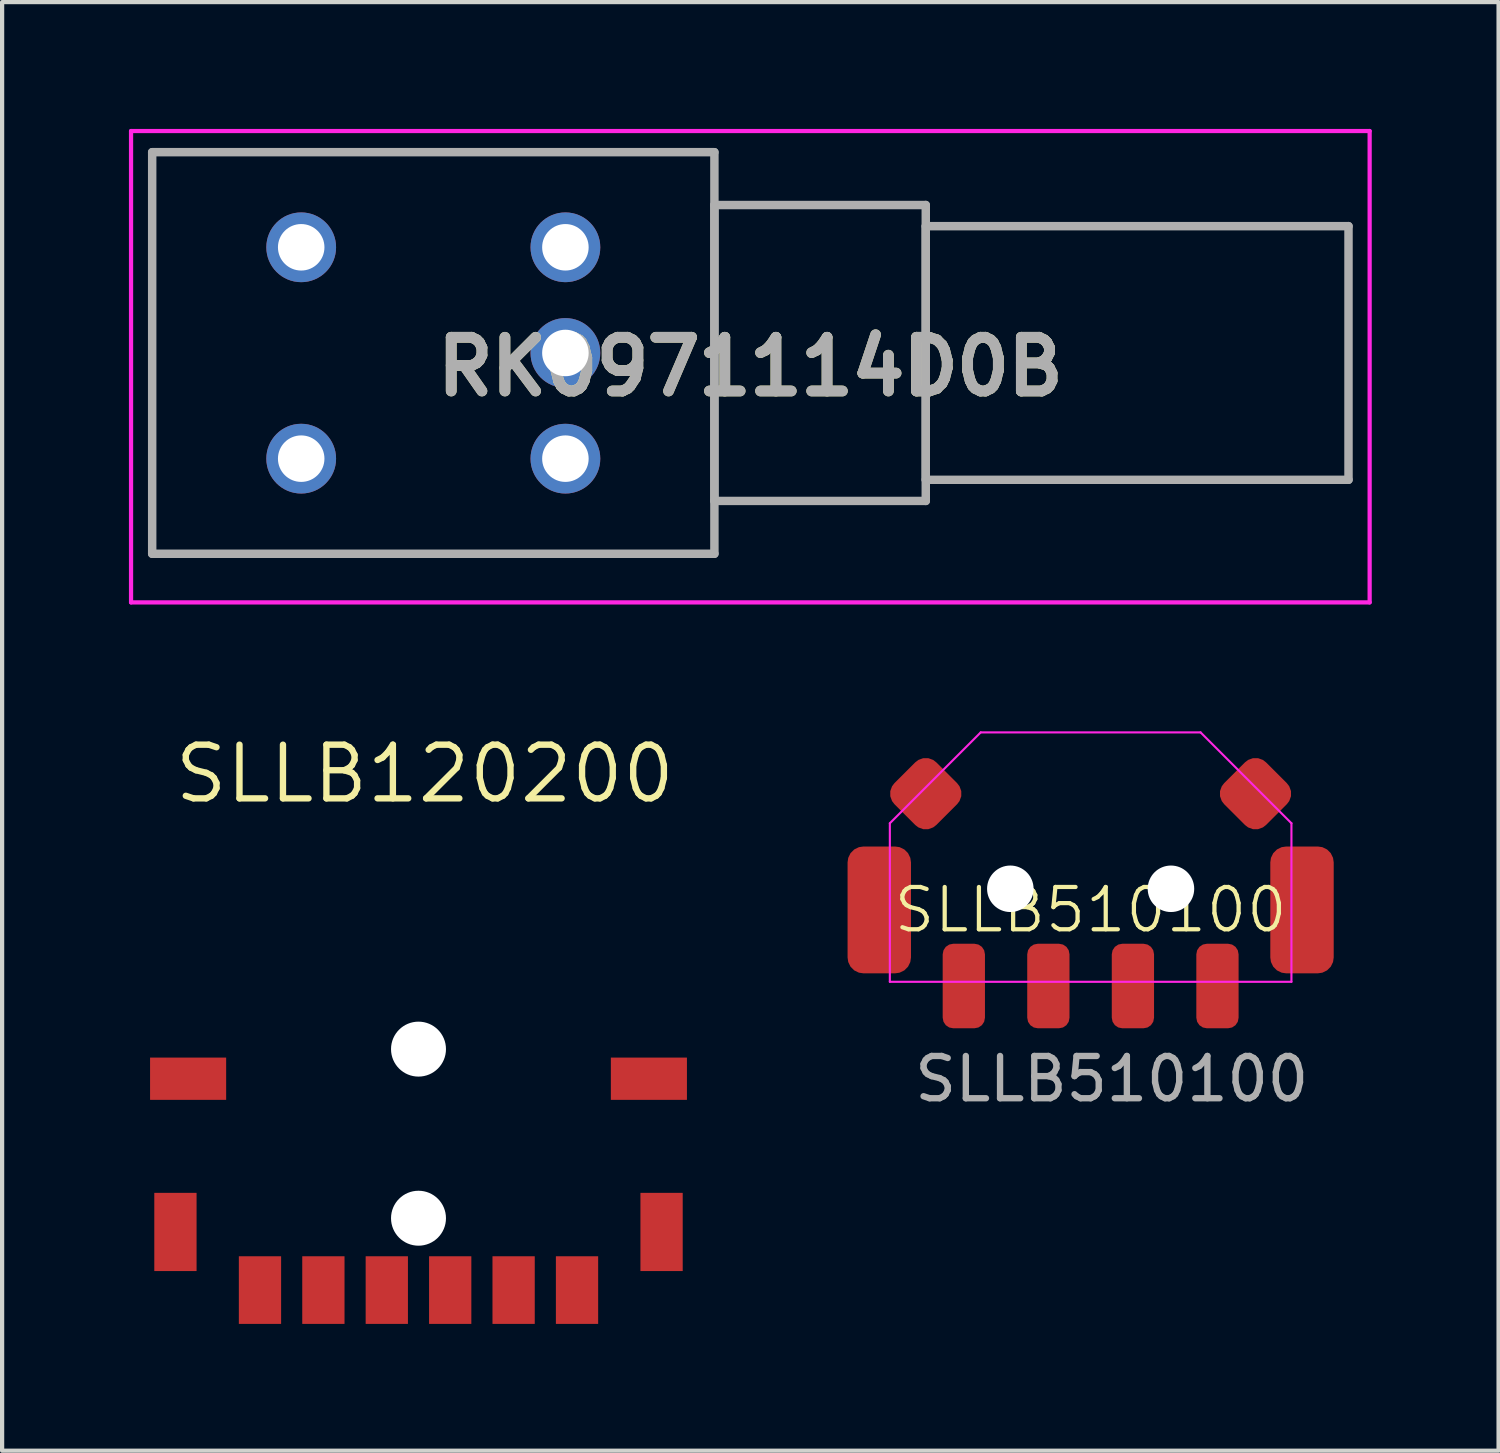
<source format=kicad_pcb>
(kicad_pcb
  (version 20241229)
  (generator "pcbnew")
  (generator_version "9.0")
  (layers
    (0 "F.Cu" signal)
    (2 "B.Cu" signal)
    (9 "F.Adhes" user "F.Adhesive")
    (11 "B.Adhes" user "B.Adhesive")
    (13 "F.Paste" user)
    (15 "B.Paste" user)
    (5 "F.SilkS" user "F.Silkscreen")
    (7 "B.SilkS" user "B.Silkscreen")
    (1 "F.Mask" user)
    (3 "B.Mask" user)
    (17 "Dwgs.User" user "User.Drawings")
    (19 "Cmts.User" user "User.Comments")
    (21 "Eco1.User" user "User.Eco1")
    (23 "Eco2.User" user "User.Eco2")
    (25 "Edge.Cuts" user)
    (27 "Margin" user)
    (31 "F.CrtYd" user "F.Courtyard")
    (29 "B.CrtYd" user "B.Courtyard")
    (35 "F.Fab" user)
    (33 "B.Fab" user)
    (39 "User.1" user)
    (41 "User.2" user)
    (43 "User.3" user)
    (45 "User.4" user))
  (footprint "SLLB510100"
    (layer "F.Cu")
    (at 22.75 18.975)
    (property "Reference" "SLLB510100" (at 0 -0.5 0) (unlocked yes) (layer "F.SilkS") (effects (font (size 1 1) (thickness 0.1))))
    (attr smd)
    (fp_line (start -4.75 -2.55) (end -2.6 -4.7) (stroke (width 0.05) (type default)) (layer "F.CrtYd"))
    (fp_line (start -4.75 1.2) (end -4.75 -2.55) (stroke (width 0.05) (type default)) (layer "F.CrtYd"))
    (fp_line (start -4.75 1.2) (end 4.75 1.2) (stroke (width 0.05) (type default)) (layer "F.CrtYd"))
    (fp_line (start 2.6 -4.7) (end -2.6 -4.7) (stroke (width 0.05) (type default)) (layer "F.CrtYd"))
    (fp_line (start 4.75 -2.55) (end 2.6 -4.7) (stroke (width 0.05) (type default)) (layer "F.CrtYd"))
    (fp_line (start 4.75 1.2) (end 4.75 -2.55) (stroke (width 0.05) (type default)) (layer "F.CrtYd"))
    (fp_text user "${REFERENCE}" (at 0.5 3.5 0) (unlocked yes) (layer "F.Fab") (effects (font (size 1 1) (thickness 0.15))))
    (pad "" np_thru_hole circle (at -1.9 -1) (size 1.1 1.1) (drill 1.1) (layers "*.Cu" "*.Mask"))
    (pad "" np_thru_hole circle (at 1.9 -1) (size 1.1 1.1) (drill 1.1) (layers "*.Cu" "*.Mask"))
    (pad "A" smd roundrect (at -3 1.3) (size 1 2) (layers "F.Cu" "F.Mask" "F.Paste") (roundrect_rratio 0.25))
    (pad "B" smd roundrect (at 3 1.3) (size 1 2) (layers "F.Cu" "F.Mask" "F.Paste") (roundrect_rratio 0.25))
    (pad "C" smd roundrect (at -1 1.3) (size 1 2) (layers "F.Cu" "F.Mask" "F.Paste") (roundrect_rratio 0.25))
    (pad "MP" smd roundrect (at -5 -0.5) (size 1.5 3) (layers "F.Cu" "F.Mask" "F.Paste") (roundrect_rratio 0.25))
    (pad "MP" smd roundrect (at -3.9 -3.25 45) (size 1.4 1.4) (layers "F.Cu" "F.Mask" "F.Paste") (roundrect_rratio 0.25))
    (pad "MP" smd roundrect (at 3.9 -3.25 45) (size 1.4 1.4) (layers "F.Cu" "F.Mask" "F.Paste") (roundrect_rratio 0.25))
    (pad "MP" smd roundrect (at 5 -0.5) (size 1.5 3) (layers "F.Cu" "F.Mask" "F.Paste") (roundrect_rratio 0.25))
    (pad "S" smd roundrect (at 1 1.3) (size 1 2) (layers "F.Cu" "F.Mask" "F.Paste") (roundrect_rratio 0.25)))
  (footprint "RK0971114D0B"
    (layer "F.Cu")
    (at 10.325 7.8)
    (property "Reference" "RK0971114D0B" (at 4.375 -2.175 0) (layer "F.SilkS") (effects (font (size 1.27 1.27) (thickness 0.254))))
    (attr through_hole)
    (fp_line (start -10.275 -7.75) (end 19.025 -7.75) (stroke (width 0.1) (type solid)) (layer "F.CrtYd"))
    (fp_line (start -10.275 3.4) (end -10.275 -7.75) (stroke (width 0.1) (type solid)) (layer "F.CrtYd"))
    (fp_line (start 19.025 -7.75) (end 19.025 3.4) (stroke (width 0.1) (type solid)) (layer "F.CrtYd"))
    (fp_line (start 19.025 3.4) (end -10.275 3.4) (stroke (width 0.1) (type solid)) (layer "F.CrtYd"))
    (fp_line (start -9.775 -7.25) (end 3.525 -7.25) (stroke (width 0.2) (type solid)) (layer "F.Fab"))
    (fp_line (start -9.775 2.25) (end -9.775 -7.25) (stroke (width 0.2) (type solid)) (layer "F.Fab"))
    (fp_line (start 3.525 -7.25) (end 3.525 2.25) (stroke (width 0.2) (type solid)) (layer "F.Fab"))
    (fp_line (start 3.525 -6) (end 8.525 -6) (stroke (width 0.2) (type solid)) (layer "F.Fab"))
    (fp_line (start 3.525 1) (end 3.525 -6) (stroke (width 0.2) (type solid)) (layer "F.Fab"))
    (fp_line (start 3.525 2.25) (end -9.775 2.25) (stroke (width 0.2) (type solid)) (layer "F.Fab"))
    (fp_line (start 8.525 -6) (end 8.525 1) (stroke (width 0.2) (type solid)) (layer "F.Fab"))
    (fp_line (start 8.525 -5.5) (end 18.525 -5.5) (stroke (width 0.2) (type solid)) (layer "F.Fab"))
    (fp_line (start 8.525 0.5) (end 8.525 -5.5) (stroke (width 0.2) (type solid)) (layer "F.Fab"))
    (fp_line (start 8.525 1) (end 3.525 1) (stroke (width 0.2) (type solid)) (layer "F.Fab"))
    (fp_line (start 18.525 -5.5) (end 18.525 0.5) (stroke (width 0.2) (type solid)) (layer "F.Fab"))
    (fp_line (start 18.525 0.5) (end 8.525 0.5) (stroke (width 0.2) (type solid)) (layer "F.Fab"))
    (fp_text user "${REFERENCE}" (at 4.375 -2.175 0) (layer "F.Fab") (effects (font (size 1.27 1.27) (thickness 0.254))))
    (pad "1" thru_hole circle (at 0 0) (size 1.65 1.65) (drill 1.1) (layers "*.Cu" "*.Mask"))
    (pad "2" thru_hole circle (at 0 -2.5) (size 1.65 1.65) (drill 1.1) (layers "*.Cu" "*.Mask"))
    (pad "3" thru_hole circle (at 0 -5) (size 1.65 1.65) (drill 1.1) (layers "*.Cu" "*.Mask"))
    (pad "S1" thru_hole circle (at -6.25 0) (size 1.65 1.65) (drill 1.1) (layers "*.Cu" "*.Mask"))
    (pad "S2" thru_hole circle (at -6.25 -5) (size 1.65 1.65) (drill 1.1) (layers "*.Cu" "*.Mask")))
  (footprint "SLLB120200"
    (layer "F.Cu")
    (at 6.85 24.968)
    (property "Reference" "SLLB120200" (at 0.15 -9.712 0) (layer "F.SilkS") (effects (font (size 1.27 1.27) (thickness 0.15))))
    (fp_circle (center 0 -3.2) (end 0.25 -3.2) (stroke (width 0.5) (type default)) (fill no) (layer "Dwgs.User"))
    (fp_circle (center 0 0.8) (end 0.25 0.8) (stroke (width 0.5) (type default)) (fill no) (layer "Dwgs.User"))
    (pad "" np_thru_hole circle (at 0 -3.2) (size 1.3 1.3) (drill 1.3) (layers "*.Cu" "*.Mask"))
    (pad "" np_thru_hole circle (at 0 0.8) (size 1.3 1.3) (drill 1.3) (layers "*.Cu" "*.Mask"))
    (pad "1" smd rect (at -3.75 2.5) (size 1 1.6) (layers "F.Cu" "F.Mask" "F.Paste"))
    (pad "2" smd rect (at -2.25 2.5) (size 1 1.6) (layers "F.Cu" "F.Mask" "F.Paste"))
    (pad "3" smd rect (at 0.75 2.5) (size 1 1.6) (layers "F.Cu" "F.Mask" "F.Paste"))
    (pad "4" smd rect (at 2.25 2.5) (size 1 1.6) (layers "F.Cu" "F.Mask" "F.Paste"))
    (pad "5" smd rect (at 5.75 1.125) (size 1 1.85) (layers "F.Cu" "F.Mask" "F.Paste"))
    (pad "6" smd rect (at 5.45 -2.5) (size 1.8 1) (layers "F.Cu" "F.Mask" "F.Paste"))
    (pad "7" smd rect (at -5.45 -2.5) (size 1.8 1) (layers "F.Cu" "F.Mask" "F.Paste"))
    (pad "8" smd rect (at -5.75 1.125) (size 1 1.85) (layers "F.Cu" "F.Mask" "F.Paste"))
    (pad "C" smd rect (at 3.75 2.5) (size 1 1.6) (layers "F.Cu" "F.Mask" "F.Paste"))
    (pad "T" smd rect (at -0.75 2.5) (size 1 1.6) (layers "F.Cu" "F.Mask" "F.Paste"))
    (zone (net_name "") (layer "Dwgs.User") (hatch edge 0.5) (priority 100) (connect_pads yes) (min_thickness 0) (filled_areas_thickness no) (fill yes) (polygon (pts (xy 5.5 17.118) (xy 5.5 16.668) (xy 5.8 16.668) (xy 5.8 16.218) (xy 7.95 16.218) (xy 7.95 16.668) (xy 8.25 16.668) (xy 8.25 17.118))) (filled_polygon (layer "Dwgs.User") (island) (pts (xy 5.5 17.118) (xy 5.5 16.668) (xy 5.8 16.668) (xy 5.8 16.218) (xy 7.95 16.218) (xy 7.95 16.668) (xy 8.25 16.668) (xy 8.25 17.118))))
    (zone (net_name "") (layer "User.3") (hatch edge 0.5) (priority 100) (connect_pads yes) (min_thickness 0) (filled_areas_thickness no) (fill yes) (polygon (pts (xy 0.95 27.618) (xy 0.95 20.618) (xy 5.55 18.968) (xy 5.7 18.368) (xy 5.15 17.968) (xy 4.4 18.118) (xy 3.25 18.618) (xy 1.8 19.718) (xy 0.4 20.668) (xy 0 20.068) (xy 3.05 17.918) (xy 4.25 17.318) (xy 5.5 16.968) (xy 5.5 16.718) (xy 5.75 16.718) (xy 5.75 16.218) (xy 6.9 16.218) (xy 7.95 16.218) (xy 7.95 16.718) (xy 8.2 16.718) (xy 8.25 17.118) (xy 8.95 17.318) (xy 10.05 17.818) (xy 11 18.368) (xy 12.55 19.268) (xy 14 20.318) (xy 13.55 20.918) (xy 9.85 18.468) (xy 8.6 18.068) (xy 8 18.418) (xy 8.25 18.918) (xy 12.7 20.618) (xy 12.75 27.668))) (filled_polygon (layer "User.3") (island) (pts (xy 0.95 27.618) (xy 0.95 20.618) (xy 5.55 18.968) (xy 5.7 18.368) (xy 5.15 17.968) (xy 4.4 18.118) (xy 3.25 18.618) (xy 1.8 19.718) (xy 0.4 20.668) (xy 0 20.068) (xy 3.05 17.918) (xy 4.25 17.318) (xy 5.5 16.968) (xy 5.5 16.718) (xy 5.75 16.718) (xy 5.75 16.218) (xy 6.9 16.218) (xy 7.95 16.218) (xy 7.95 16.718) (xy 8.2 16.718) (xy 8.25 17.118) (xy 8.95 17.318) (xy 10.05 17.818) (xy 11 18.368) (xy 12.55 19.268) (xy 14 20.318) (xy 13.55 20.918) (xy 9.85 18.468) (xy 8.6 18.068) (xy 8 18.418) (xy 8.25 18.918) (xy 12.7 20.618) (xy 12.75 27.668))))
    (zone (net_name "") (layer "User.4") (hatch edge 0.5) (priority 100) (connect_pads yes) (min_thickness 0) (filled_areas_thickness no) (fill yes) (polygon (pts (xy 0.948 22.168) (xy 1.948 22.168) (xy 1.948 22.768) (xy 0.948 22.768))) (filled_polygon (layer "User.4") (island) (pts (xy 0.948 22.168) (xy 1.948 22.168) (xy 1.948 22.768) (xy 0.948 22.768))))
    (zone (net_name "") (layer "User.4") (hatch edge 0.5) (priority 100) (connect_pads yes) (min_thickness 0) (filled_areas_thickness no) (fill yes) (polygon (pts (xy 0.95 25.593) (xy 1.55 25.593) (xy 1.55 26.593) (xy 0.95 26.593))) (filled_polygon (layer "User.4") (island) (pts (xy 0.95 25.593) (xy 1.55 25.593) (xy 1.55 26.593) (xy 0.95 26.593))))
    (zone (net_name "") (layer "User.4") (hatch edge 0.5) (priority 100) (connect_pads yes) (min_thickness 0) (filled_areas_thickness no) (fill yes) (polygon (pts (xy 2.8 26.668) (xy 3.4 26.668) (xy 3.4 27.668) (xy 2.8 27.668))) (filled_polygon (layer "User.4") (island) (pts (xy 2.8 26.668) (xy 3.4 26.668) (xy 3.4 27.668) (xy 2.8 27.668))))
    (zone (net_name "") (layer "User.4") (hatch edge 0.5) (priority 100) (connect_pads yes) (min_thickness 0) (filled_areas_thickness no) (fill yes) (polygon (pts (xy 4.3 26.668) (xy 4.9 26.668) (xy 4.9 27.668) (xy 4.3 27.668))) (filled_polygon (layer "User.4") (island) (pts (xy 4.3 26.668) (xy 4.9 26.668) (xy 4.9 27.668) (xy 4.3 27.668))))
    (zone (net_name "") (layer "User.4") (hatch edge 0.5) (priority 100) (connect_pads yes) (min_thickness 0) (filled_areas_thickness no) (fill yes) (polygon (pts (xy 5.8 26.668) (xy 6.4 26.668) (xy 6.4 27.668) (xy 5.8 27.668))) (filled_polygon (layer "User.4") (island) (pts (xy 5.8 26.668) (xy 6.4 26.668) (xy 6.4 27.668) (xy 5.8 27.668))))
    (zone (net_name "") (layer "User.4") (hatch edge 0.5) (priority 100) (connect_pads yes) (min_thickness 0) (filled_areas_thickness no) (fill yes) (polygon (pts (xy 7.3 26.668) (xy 7.9 26.668) (xy 7.9 27.668) (xy 7.3 27.668))) (filled_polygon (layer "User.4") (island) (pts (xy 7.3 26.668) (xy 7.9 26.668) (xy 7.9 27.668) (xy 7.3 27.668))))
    (zone (net_name "") (layer "User.4") (hatch edge 0.5) (priority 100) (connect_pads yes) (min_thickness 0) (filled_areas_thickness no) (fill yes) (polygon (pts (xy 8.8 26.668) (xy 9.4 26.668) (xy 9.4 27.668) (xy 8.8 27.668))) (filled_polygon (layer "User.4") (island) (pts (xy 8.8 26.668) (xy 9.4 26.668) (xy 9.4 27.668) (xy 8.8 27.668))))
    (zone (net_name "") (layer "User.4") (hatch edge 0.5) (priority 100) (connect_pads yes) (min_thickness 0) (filled_areas_thickness no) (fill yes) (polygon (pts (xy 10.3 26.668) (xy 10.9 26.668) (xy 10.9 27.668) (xy 10.3 27.668))) (filled_polygon (layer "User.4") (island) (pts (xy 10.3 26.668) (xy 10.9 26.668) (xy 10.9 27.668) (xy 10.3 27.668))))
    (zone (net_name "") (layer "User.4") (hatch edge 0.5) (priority 100) (connect_pads yes) (min_thickness 0) (filled_areas_thickness no) (fill yes) (polygon (pts (xy 11.716 22.168) (xy 12.716 22.168) (xy 12.716 22.768) (xy 11.716 22.768))) (filled_polygon (layer "User.4") (island) (pts (xy 11.716 22.168) (xy 12.716 22.168) (xy 12.716 22.768) (xy 11.716 22.768))))
    (zone (net_name "") (layer "User.4") (hatch edge 0.5) (priority 100) (connect_pads yes) (min_thickness 0) (filled_areas_thickness no) (fill yes) (polygon (pts (xy 12.145 25.593) (xy 12.745 25.593) (xy 12.745 26.593) (xy 12.145 26.593))) (filled_polygon (layer "User.4") (island) (pts (xy 12.145 25.593) (xy 12.745 25.593) (xy 12.745 26.593) (xy 12.145 26.593)))))
  (gr_rect
    (start -3 -3)
    (end 32.4 31.268)
    (stroke (width 0.1) (type default))
    (fill no)
    (layer "Edge.Cuts")))
</source>
